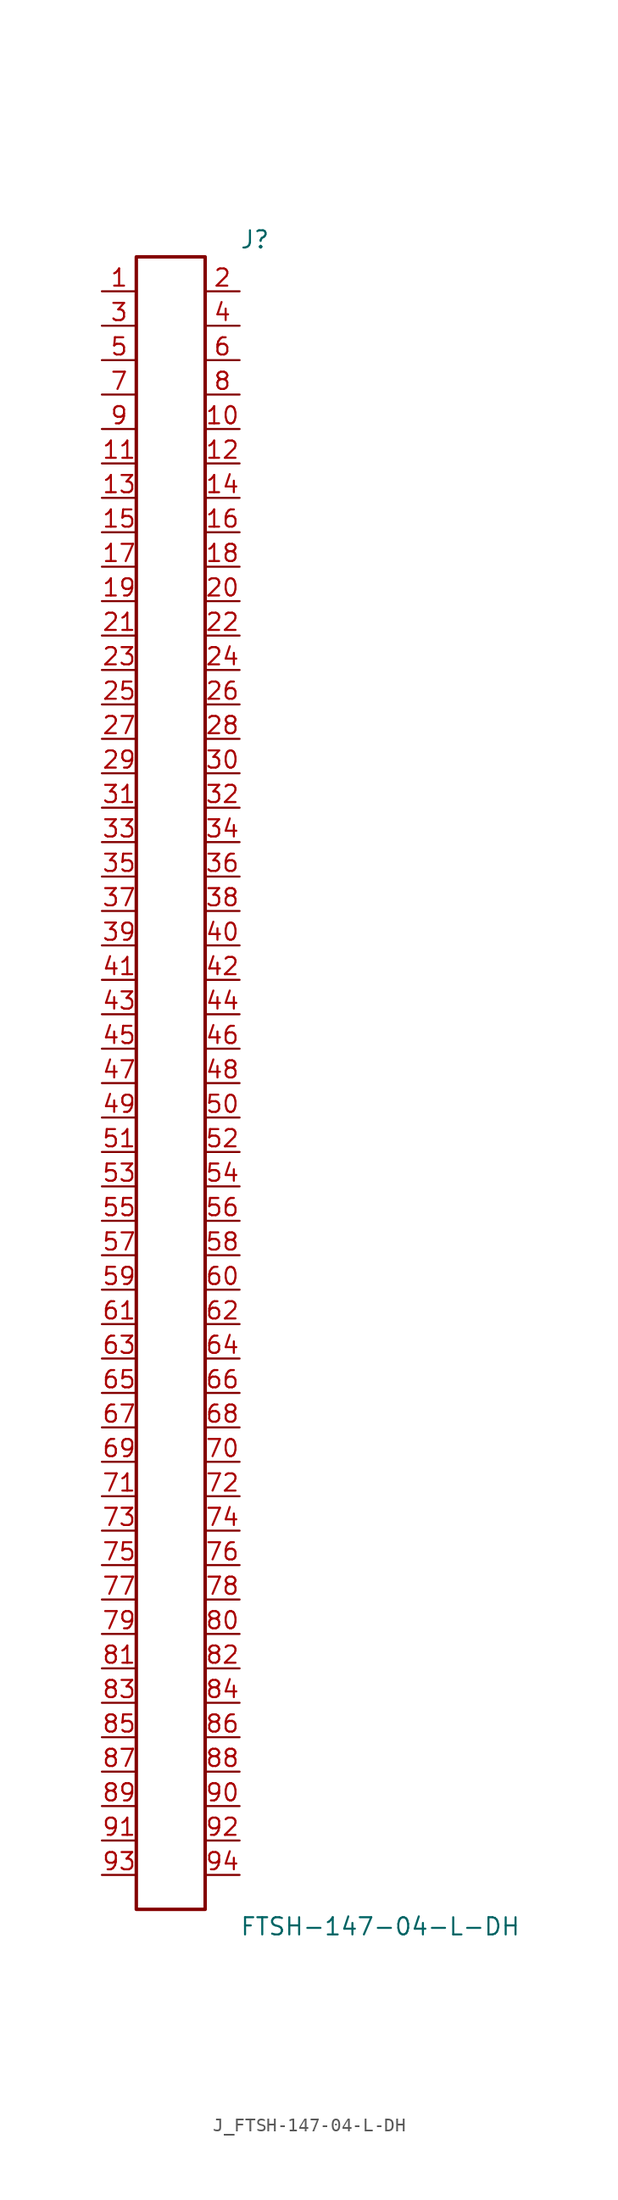
<source format=kicad_sym>
(kicad_symbol_lib
  (version 20231120)
  (generator kicad_symbol_editor)
  (generator_version 8.0)
  (symbol "J_FTSH-147-04-L-DH"
    (pin_names
      (offset 0.254))
    (property "Reference" "J"
      (at 5.08 62.23 0)
      (effects (font (size 1.27 1.27)) (justify left)))
    (property "Value" "FTSH-147-04-L-DH"
      (at 5.08 -62.23 0)
      (effects (font (size 1.27 1.27)) (justify left)))
    (symbol "J_FTSH-147-04-L-DH_0_0"
      (pin unspecified line (at -5.08 58.42 0) (length 2.54) (name "" (effects (font (size 1.27 1.27)))) (number "1" (effects (font (size 1.27 1.27)))))
      (pin unspecified line (at 5.08 58.42 180) (length 2.54) (name "" (effects (font (size 1.27 1.27)))) (number "2" (effects (font (size 1.27 1.27)))))
      (pin unspecified line (at -5.08 55.88 0) (length 2.54) (name "" (effects (font (size 1.27 1.27)))) (number "3" (effects (font (size 1.27 1.27)))))
      (pin unspecified line (at 5.08 55.88 180) (length 2.54) (name "" (effects (font (size 1.27 1.27)))) (number "4" (effects (font (size 1.27 1.27)))))
      (pin unspecified line (at -5.08 53.34 0) (length 2.54) (name "" (effects (font (size 1.27 1.27)))) (number "5" (effects (font (size 1.27 1.27)))))
      (pin unspecified line (at 5.08 53.34 180) (length 2.54) (name "" (effects (font (size 1.27 1.27)))) (number "6" (effects (font (size 1.27 1.27)))))
      (pin unspecified line (at -5.08 50.8 0) (length 2.54) (name "" (effects (font (size 1.27 1.27)))) (number "7" (effects (font (size 1.27 1.27)))))
      (pin unspecified line (at 5.08 50.8 180) (length 2.54) (name "" (effects (font (size 1.27 1.27)))) (number "8" (effects (font (size 1.27 1.27)))))
      (pin unspecified line (at -5.08 48.26 0) (length 2.54) (name "" (effects (font (size 1.27 1.27)))) (number "9" (effects (font (size 1.27 1.27)))))
      (pin unspecified line (at 5.08 48.26 180) (length 2.54) (name "" (effects (font (size 1.27 1.27)))) (number "10" (effects (font (size 1.27 1.27)))))
      (pin unspecified line (at -5.08 45.72 0) (length 2.54) (name "" (effects (font (size 1.27 1.27)))) (number "11" (effects (font (size 1.27 1.27)))))
      (pin unspecified line (at 5.08 45.72 180) (length 2.54) (name "" (effects (font (size 1.27 1.27)))) (number "12" (effects (font (size 1.27 1.27)))))
      (pin unspecified line (at -5.08 43.18 0) (length 2.54) (name "" (effects (font (size 1.27 1.27)))) (number "13" (effects (font (size 1.27 1.27)))))
      (pin unspecified line (at 5.08 43.18 180) (length 2.54) (name "" (effects (font (size 1.27 1.27)))) (number "14" (effects (font (size 1.27 1.27)))))
      (pin unspecified line (at -5.08 40.64 0) (length 2.54) (name "" (effects (font (size 1.27 1.27)))) (number "15" (effects (font (size 1.27 1.27)))))
      (pin unspecified line (at 5.08 40.64 180) (length 2.54) (name "" (effects (font (size 1.27 1.27)))) (number "16" (effects (font (size 1.27 1.27)))))
      (pin unspecified line (at -5.08 38.1 0) (length 2.54) (name "" (effects (font (size 1.27 1.27)))) (number "17" (effects (font (size 1.27 1.27)))))
      (pin unspecified line (at 5.08 38.1 180) (length 2.54) (name "" (effects (font (size 1.27 1.27)))) (number "18" (effects (font (size 1.27 1.27)))))
      (pin unspecified line (at -5.08 35.56 0) (length 2.54) (name "" (effects (font (size 1.27 1.27)))) (number "19" (effects (font (size 1.27 1.27)))))
      (pin unspecified line (at 5.08 35.56 180) (length 2.54) (name "" (effects (font (size 1.27 1.27)))) (number "20" (effects (font (size 1.27 1.27)))))
      (pin unspecified line (at -5.08 33.02 0) (length 2.54) (name "" (effects (font (size 1.27 1.27)))) (number "21" (effects (font (size 1.27 1.27)))))
      (pin unspecified line (at 5.08 33.02 180) (length 2.54) (name "" (effects (font (size 1.27 1.27)))) (number "22" (effects (font (size 1.27 1.27)))))
      (pin unspecified line (at -5.08 30.48 0) (length 2.54) (name "" (effects (font (size 1.27 1.27)))) (number "23" (effects (font (size 1.27 1.27)))))
      (pin unspecified line (at 5.08 30.48 180) (length 2.54) (name "" (effects (font (size 1.27 1.27)))) (number "24" (effects (font (size 1.27 1.27)))))
      (pin unspecified line (at -5.08 27.94 0) (length 2.54) (name "" (effects (font (size 1.27 1.27)))) (number "25" (effects (font (size 1.27 1.27)))))
      (pin unspecified line (at 5.08 27.94 180) (length 2.54) (name "" (effects (font (size 1.27 1.27)))) (number "26" (effects (font (size 1.27 1.27)))))
      (pin unspecified line (at -5.08 25.4 0) (length 2.54) (name "" (effects (font (size 1.27 1.27)))) (number "27" (effects (font (size 1.27 1.27)))))
      (pin unspecified line (at 5.08 25.4 180) (length 2.54) (name "" (effects (font (size 1.27 1.27)))) (number "28" (effects (font (size 1.27 1.27)))))
      (pin unspecified line (at -5.08 22.86 0) (length 2.54) (name "" (effects (font (size 1.27 1.27)))) (number "29" (effects (font (size 1.27 1.27)))))
      (pin unspecified line (at 5.08 22.86 180) (length 2.54) (name "" (effects (font (size 1.27 1.27)))) (number "30" (effects (font (size 1.27 1.27)))))
      (pin unspecified line (at -5.08 20.32 0) (length 2.54) (name "" (effects (font (size 1.27 1.27)))) (number "31" (effects (font (size 1.27 1.27)))))
      (pin unspecified line (at 5.08 20.32 180) (length 2.54) (name "" (effects (font (size 1.27 1.27)))) (number "32" (effects (font (size 1.27 1.27)))))
      (pin unspecified line (at -5.08 17.78 0) (length 2.54) (name "" (effects (font (size 1.27 1.27)))) (number "33" (effects (font (size 1.27 1.27)))))
      (pin unspecified line (at 5.08 17.78 180) (length 2.54) (name "" (effects (font (size 1.27 1.27)))) (number "34" (effects (font (size 1.27 1.27)))))
      (pin unspecified line (at -5.08 15.24 0) (length 2.54) (name "" (effects (font (size 1.27 1.27)))) (number "35" (effects (font (size 1.27 1.27)))))
      (pin unspecified line (at 5.08 15.24 180) (length 2.54) (name "" (effects (font (size 1.27 1.27)))) (number "36" (effects (font (size 1.27 1.27)))))
      (pin unspecified line (at -5.08 12.7 0) (length 2.54) (name "" (effects (font (size 1.27 1.27)))) (number "37" (effects (font (size 1.27 1.27)))))
      (pin unspecified line (at 5.08 12.7 180) (length 2.54) (name "" (effects (font (size 1.27 1.27)))) (number "38" (effects (font (size 1.27 1.27)))))
      (pin unspecified line (at -5.08 10.16 0) (length 2.54) (name "" (effects (font (size 1.27 1.27)))) (number "39" (effects (font (size 1.27 1.27)))))
      (pin unspecified line (at 5.08 10.16 180) (length 2.54) (name "" (effects (font (size 1.27 1.27)))) (number "40" (effects (font (size 1.27 1.27)))))
      (pin unspecified line (at -5.08 7.62 0) (length 2.54) (name "" (effects (font (size 1.27 1.27)))) (number "41" (effects (font (size 1.27 1.27)))))
      (pin unspecified line (at 5.08 7.62 180) (length 2.54) (name "" (effects (font (size 1.27 1.27)))) (number "42" (effects (font (size 1.27 1.27)))))
      (pin unspecified line (at -5.08 5.08 0) (length 2.54) (name "" (effects (font (size 1.27 1.27)))) (number "43" (effects (font (size 1.27 1.27)))))
      (pin unspecified line (at 5.08 5.08 180) (length 2.54) (name "" (effects (font (size 1.27 1.27)))) (number "44" (effects (font (size 1.27 1.27)))))
      (pin unspecified line (at -5.08 2.54 0) (length 2.54) (name "" (effects (font (size 1.27 1.27)))) (number "45" (effects (font (size 1.27 1.27)))))
      (pin unspecified line (at 5.08 2.54 180) (length 2.54) (name "" (effects (font (size 1.27 1.27)))) (number "46" (effects (font (size 1.27 1.27)))))
      (pin unspecified line (at -5.08 0.0 0) (length 2.54) (name "" (effects (font (size 1.27 1.27)))) (number "47" (effects (font (size 1.27 1.27)))))
      (pin unspecified line (at 5.08 0.0 180) (length 2.54) (name "" (effects (font (size 1.27 1.27)))) (number "48" (effects (font (size 1.27 1.27)))))
      (pin unspecified line (at -5.08 -2.54 0) (length 2.54) (name "" (effects (font (size 1.27 1.27)))) (number "49" (effects (font (size 1.27 1.27)))))
      (pin unspecified line (at 5.08 -2.54 180) (length 2.54) (name "" (effects (font (size 1.27 1.27)))) (number "50" (effects (font (size 1.27 1.27)))))
      (pin unspecified line (at -5.08 -5.08 0) (length 2.54) (name "" (effects (font (size 1.27 1.27)))) (number "51" (effects (font (size 1.27 1.27)))))
      (pin unspecified line (at 5.08 -5.08 180) (length 2.54) (name "" (effects (font (size 1.27 1.27)))) (number "52" (effects (font (size 1.27 1.27)))))
      (pin unspecified line (at -5.08 -7.62 0) (length 2.54) (name "" (effects (font (size 1.27 1.27)))) (number "53" (effects (font (size 1.27 1.27)))))
      (pin unspecified line (at 5.08 -7.62 180) (length 2.54) (name "" (effects (font (size 1.27 1.27)))) (number "54" (effects (font (size 1.27 1.27)))))
      (pin unspecified line (at -5.08 -10.16 0) (length 2.54) (name "" (effects (font (size 1.27 1.27)))) (number "55" (effects (font (size 1.27 1.27)))))
      (pin unspecified line (at 5.08 -10.16 180) (length 2.54) (name "" (effects (font (size 1.27 1.27)))) (number "56" (effects (font (size 1.27 1.27)))))
      (pin unspecified line (at -5.08 -12.7 0) (length 2.54) (name "" (effects (font (size 1.27 1.27)))) (number "57" (effects (font (size 1.27 1.27)))))
      (pin unspecified line (at 5.08 -12.7 180) (length 2.54) (name "" (effects (font (size 1.27 1.27)))) (number "58" (effects (font (size 1.27 1.27)))))
      (pin unspecified line (at -5.08 -15.24 0) (length 2.54) (name "" (effects (font (size 1.27 1.27)))) (number "59" (effects (font (size 1.27 1.27)))))
      (pin unspecified line (at 5.08 -15.24 180) (length 2.54) (name "" (effects (font (size 1.27 1.27)))) (number "60" (effects (font (size 1.27 1.27)))))
      (pin unspecified line (at -5.08 -17.78 0) (length 2.54) (name "" (effects (font (size 1.27 1.27)))) (number "61" (effects (font (size 1.27 1.27)))))
      (pin unspecified line (at 5.08 -17.78 180) (length 2.54) (name "" (effects (font (size 1.27 1.27)))) (number "62" (effects (font (size 1.27 1.27)))))
      (pin unspecified line (at -5.08 -20.32 0) (length 2.54) (name "" (effects (font (size 1.27 1.27)))) (number "63" (effects (font (size 1.27 1.27)))))
      (pin unspecified line (at 5.08 -20.32 180) (length 2.54) (name "" (effects (font (size 1.27 1.27)))) (number "64" (effects (font (size 1.27 1.27)))))
      (pin unspecified line (at -5.08 -22.86 0) (length 2.54) (name "" (effects (font (size 1.27 1.27)))) (number "65" (effects (font (size 1.27 1.27)))))
      (pin unspecified line (at 5.08 -22.86 180) (length 2.54) (name "" (effects (font (size 1.27 1.27)))) (number "66" (effects (font (size 1.27 1.27)))))
      (pin unspecified line (at -5.08 -25.4 0) (length 2.54) (name "" (effects (font (size 1.27 1.27)))) (number "67" (effects (font (size 1.27 1.27)))))
      (pin unspecified line (at 5.08 -25.4 180) (length 2.54) (name "" (effects (font (size 1.27 1.27)))) (number "68" (effects (font (size 1.27 1.27)))))
      (pin unspecified line (at -5.08 -27.94 0) (length 2.54) (name "" (effects (font (size 1.27 1.27)))) (number "69" (effects (font (size 1.27 1.27)))))
      (pin unspecified line (at 5.08 -27.94 180) (length 2.54) (name "" (effects (font (size 1.27 1.27)))) (number "70" (effects (font (size 1.27 1.27)))))
      (pin unspecified line (at -5.08 -30.48 0) (length 2.54) (name "" (effects (font (size 1.27 1.27)))) (number "71" (effects (font (size 1.27 1.27)))))
      (pin unspecified line (at 5.08 -30.48 180) (length 2.54) (name "" (effects (font (size 1.27 1.27)))) (number "72" (effects (font (size 1.27 1.27)))))
      (pin unspecified line (at -5.08 -33.02 0) (length 2.54) (name "" (effects (font (size 1.27 1.27)))) (number "73" (effects (font (size 1.27 1.27)))))
      (pin unspecified line (at 5.08 -33.02 180) (length 2.54) (name "" (effects (font (size 1.27 1.27)))) (number "74" (effects (font (size 1.27 1.27)))))
      (pin unspecified line (at -5.08 -35.56 0) (length 2.54) (name "" (effects (font (size 1.27 1.27)))) (number "75" (effects (font (size 1.27 1.27)))))
      (pin unspecified line (at 5.08 -35.56 180) (length 2.54) (name "" (effects (font (size 1.27 1.27)))) (number "76" (effects (font (size 1.27 1.27)))))
      (pin unspecified line (at -5.08 -38.1 0) (length 2.54) (name "" (effects (font (size 1.27 1.27)))) (number "77" (effects (font (size 1.27 1.27)))))
      (pin unspecified line (at 5.08 -38.1 180) (length 2.54) (name "" (effects (font (size 1.27 1.27)))) (number "78" (effects (font (size 1.27 1.27)))))
      (pin unspecified line (at -5.08 -40.64 0) (length 2.54) (name "" (effects (font (size 1.27 1.27)))) (number "79" (effects (font (size 1.27 1.27)))))
      (pin unspecified line (at 5.08 -40.64 180) (length 2.54) (name "" (effects (font (size 1.27 1.27)))) (number "80" (effects (font (size 1.27 1.27)))))
      (pin unspecified line (at -5.08 -43.18 0) (length 2.54) (name "" (effects (font (size 1.27 1.27)))) (number "81" (effects (font (size 1.27 1.27)))))
      (pin unspecified line (at 5.08 -43.18 180) (length 2.54) (name "" (effects (font (size 1.27 1.27)))) (number "82" (effects (font (size 1.27 1.27)))))
      (pin unspecified line (at -5.08 -45.72 0) (length 2.54) (name "" (effects (font (size 1.27 1.27)))) (number "83" (effects (font (size 1.27 1.27)))))
      (pin unspecified line (at 5.08 -45.72 180) (length 2.54) (name "" (effects (font (size 1.27 1.27)))) (number "84" (effects (font (size 1.27 1.27)))))
      (pin unspecified line (at -5.08 -48.26 0) (length 2.54) (name "" (effects (font (size 1.27 1.27)))) (number "85" (effects (font (size 1.27 1.27)))))
      (pin unspecified line (at 5.08 -48.26 180) (length 2.54) (name "" (effects (font (size 1.27 1.27)))) (number "86" (effects (font (size 1.27 1.27)))))
      (pin unspecified line (at -5.08 -50.8 0) (length 2.54) (name "" (effects (font (size 1.27 1.27)))) (number "87" (effects (font (size 1.27 1.27)))))
      (pin unspecified line (at 5.08 -50.8 180) (length 2.54) (name "" (effects (font (size 1.27 1.27)))) (number "88" (effects (font (size 1.27 1.27)))))
      (pin unspecified line (at -5.08 -53.34 0) (length 2.54) (name "" (effects (font (size 1.27 1.27)))) (number "89" (effects (font (size 1.27 1.27)))))
      (pin unspecified line (at 5.08 -53.34 180) (length 2.54) (name "" (effects (font (size 1.27 1.27)))) (number "90" (effects (font (size 1.27 1.27)))))
      (pin unspecified line (at -5.08 -55.88 0) (length 2.54) (name "" (effects (font (size 1.27 1.27)))) (number "91" (effects (font (size 1.27 1.27)))))
      (pin unspecified line (at 5.08 -55.88 180) (length 2.54) (name "" (effects (font (size 1.27 1.27)))) (number "92" (effects (font (size 1.27 1.27)))))
      (pin unspecified line (at -5.08 -58.42 0) (length 2.54) (name "" (effects (font (size 1.27 1.27)))) (number "93" (effects (font (size 1.27 1.27)))))
      (pin unspecified line (at 5.08 -58.42 180) (length 2.54) (name "" (effects (font (size 1.27 1.27)))) (number "94" (effects (font (size 1.27 1.27))))))
    (symbol "J_FTSH-147-04-L-DH_1_0"
      (rectangle (start -2.54 60.96) (end 2.54 -60.96) (stroke (width 0.254) (type solid)) (fill (type none))))))
</source>
